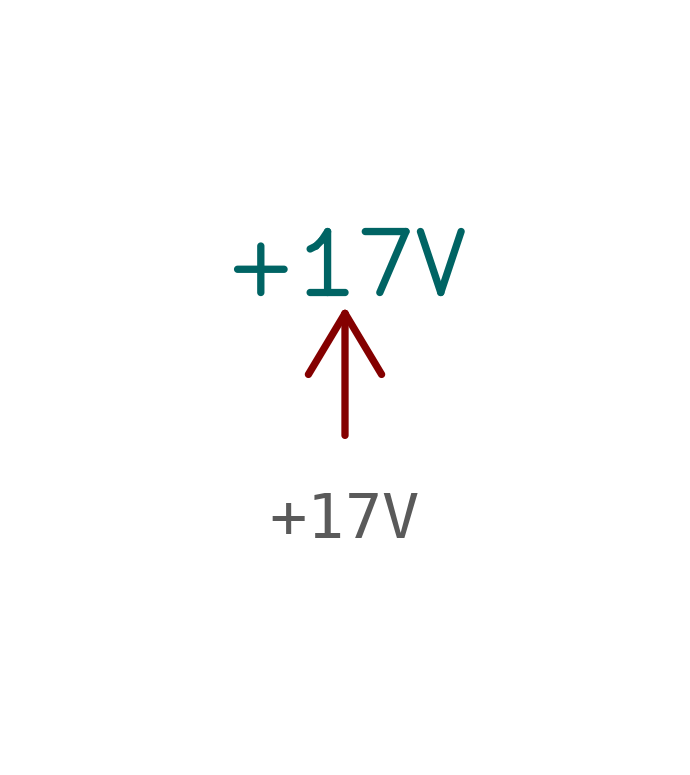
<source format=kicad_sym>
(kicad_symbol_lib
  (version 20211014)
  (generator kicad_symbol_editor)
  (symbol "+17V"
    (power)
    (pin_names
      (offset 0))
    (property "Reference" "#PWR"
      (at 0 -3.81 0)
      (effects (font (size 1.27 1.27)) hide))
    (property "Value" "+17V"
      (at 0 3.556 0)
      (effects (font (size 1.27 1.27))))
    (symbol "+17V_0_1"
      (polyline (pts (xy -0.762 1.27) (xy 0 2.54)) (stroke (width 0) (type default) (color 0 0 0 0)) (fill (type none)))
      (polyline (pts (xy 0 0) (xy 0 2.54)) (stroke (width 0) (type default) (color 0 0 0 0)) (fill (type none)))
      (polyline (pts (xy 0 2.54) (xy 0.762 1.27)) (stroke (width 0) (type default) (color 0 0 0 0)) (fill (type none))))
    (symbol "+17V_1_1"
      (pin power_in line (at 0 0 90) (length 0) hide (name "+17V" (effects (font (size 1.27 1.27)))) (number "1" (effects (font (size 1.27 1.27))))))))
</source>
